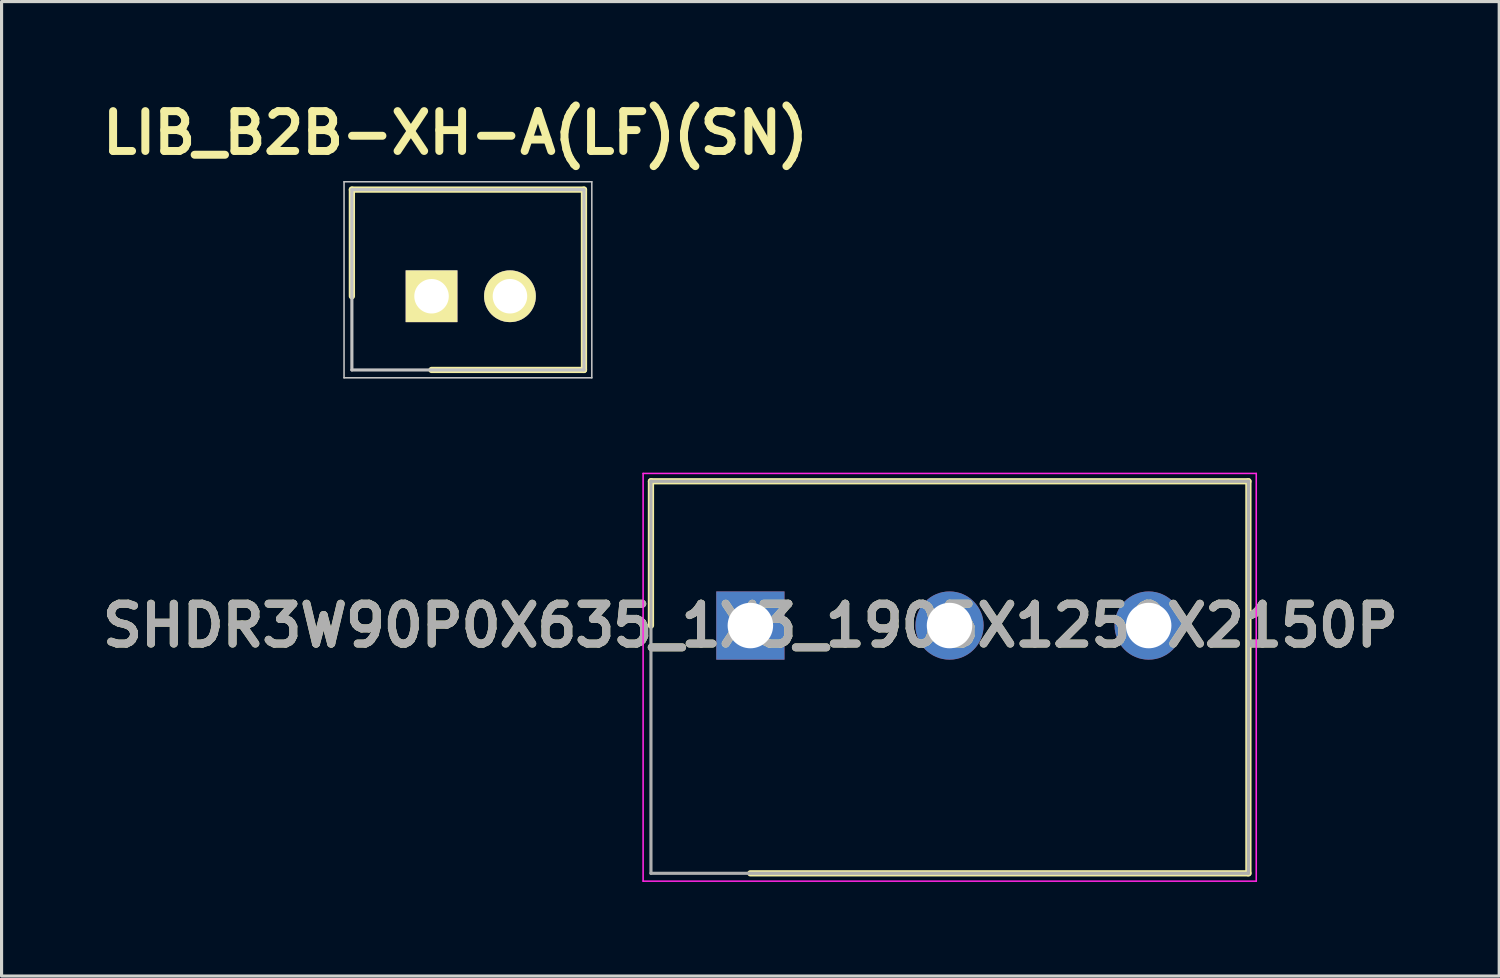
<source format=kicad_pcb>
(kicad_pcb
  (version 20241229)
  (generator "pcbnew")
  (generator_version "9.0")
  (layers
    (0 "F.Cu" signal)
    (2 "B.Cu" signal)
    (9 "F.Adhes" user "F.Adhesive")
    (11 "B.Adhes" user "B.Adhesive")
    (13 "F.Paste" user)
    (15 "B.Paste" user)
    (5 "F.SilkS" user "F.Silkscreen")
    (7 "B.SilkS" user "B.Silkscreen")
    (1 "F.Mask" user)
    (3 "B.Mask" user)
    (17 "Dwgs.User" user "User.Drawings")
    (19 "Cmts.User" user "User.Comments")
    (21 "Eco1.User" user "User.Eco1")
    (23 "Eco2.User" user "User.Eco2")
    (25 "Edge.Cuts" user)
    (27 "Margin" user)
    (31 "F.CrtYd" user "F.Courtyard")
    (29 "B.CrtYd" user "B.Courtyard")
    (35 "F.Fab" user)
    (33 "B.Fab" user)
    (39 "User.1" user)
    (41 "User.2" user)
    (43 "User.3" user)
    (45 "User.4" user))
  (footprint "SHDR3W90P0X635_1X3_1905X1250X2150P"
    (layer "F.Cu")
    (at 20.876 16.896)
    (property "Reference" "SHDR3W90P0X635_1X3_1905X1250X2150P" (at 0 0 0) (layer "F.SilkS") (effects (font (size 1.27 1.27) (thickness 0.254))))
    (attr through_hole)
    (fp_line (start -3.17 -4.6) (end -3.17 0) (stroke (width 0.2) (type solid)) (layer "F.SilkS"))
    (fp_line (start 0 7.9) (end 15.88 7.9) (stroke (width 0.2) (type solid)) (layer "F.SilkS"))
    (fp_line (start 15.88 -4.6) (end -3.17 -4.6) (stroke (width 0.2) (type solid)) (layer "F.SilkS"))
    (fp_line (start 15.88 7.9) (end 15.88 -4.6) (stroke (width 0.2) (type solid)) (layer "F.SilkS"))
    (fp_line (start -3.42 -4.85) (end 16.13 -4.85) (stroke (width 0.05) (type solid)) (layer "F.CrtYd"))
    (fp_line (start -3.42 8.15) (end -3.42 -4.85) (stroke (width 0.05) (type solid)) (layer "F.CrtYd"))
    (fp_line (start 16.13 -4.85) (end 16.13 8.15) (stroke (width 0.05) (type solid)) (layer "F.CrtYd"))
    (fp_line (start 16.13 8.15) (end -3.42 8.15) (stroke (width 0.05) (type solid)) (layer "F.CrtYd"))
    (fp_line (start -3.17 -4.6) (end 15.88 -4.6) (stroke (width 0.1) (type solid)) (layer "F.Fab"))
    (fp_line (start -3.17 7.9) (end -3.17 -4.6) (stroke (width 0.1) (type solid)) (layer "F.Fab"))
    (fp_line (start 15.88 -4.6) (end 15.88 7.9) (stroke (width 0.1) (type solid)) (layer "F.Fab"))
    (fp_line (start 15.88 7.9) (end -3.17 7.9) (stroke (width 0.1) (type solid)) (layer "F.Fab"))
    (fp_text user "${REFERENCE}" (at 0 0 0) (layer "F.Fab") (effects (font (size 1.27 1.27) (thickness 0.254))))
    (pad "1" thru_hole rect (at 0 0) (size 2.175 2.175) (drill 1.45) (layers "*.Cu" "*.Mask"))
    (pad "2" thru_hole circle (at 6.35 0) (size 2.175 2.175) (drill 1.45) (layers "*.Cu" "*.Mask"))
    (pad "3" thru_hole circle (at 12.7 0) (size 2.175 2.175) (drill 1.45) (layers "*.Cu" "*.Mask")))
  (footprint "LIB_B2B-XH-A(LF)(SN)"
    (layer "F.Cu")
    (at 10.71 6.396)
    (property "Reference" "LIB_B2B-XH-A(LF)(SN)" (at 0.762 -5.207 0) (layer "F.SilkS") (effects (font (size 1.27 1.27) (thickness 0.254))))
    (attr through_hole)
    (fp_line (start -2.54 -3.4) (end -2.54 0) (stroke (width 0.2) (type solid)) (layer "F.SilkS"))
    (fp_line (start 0 2.35) (end 4.86 2.35) (stroke (width 0.2) (type solid)) (layer "F.SilkS"))
    (fp_line (start 4.86 -3.4) (end -2.54 -3.4) (stroke (width 0.2) (type solid)) (layer "F.SilkS"))
    (fp_line (start 4.86 2.35) (end 4.86 -3.4) (stroke (width 0.2) (type solid)) (layer "F.SilkS"))
    (fp_line (start -2.79 -3.65) (end 5.11 -3.65) (stroke (width 0.05) (type solid)) (layer "Dwgs.User"))
    (fp_line (start -2.79 2.6) (end -2.79 -3.65) (stroke (width 0.05) (type solid)) (layer "Dwgs.User"))
    (fp_line (start -2.54 -3.4) (end 4.86 -3.4) (stroke (width 0.1) (type solid)) (layer "Dwgs.User"))
    (fp_line (start -2.54 2.35) (end -2.54 -3.4) (stroke (width 0.1) (type solid)) (layer "Dwgs.User"))
    (fp_line (start 4.86 -3.4) (end 4.86 2.35) (stroke (width 0.1) (type solid)) (layer "Dwgs.User"))
    (fp_line (start 4.86 2.35) (end -2.54 2.35) (stroke (width 0.1) (type solid)) (layer "Dwgs.User"))
    (fp_line (start 5.11 -3.65) (end 5.11 2.6) (stroke (width 0.05) (type solid)) (layer "Dwgs.User"))
    (fp_line (start 5.11 2.6) (end -2.79 2.6) (stroke (width 0.05) (type solid)) (layer "Dwgs.User"))
    (pad "1" thru_hole rect (at 0 0 90) (size 1.65 1.65) (drill 1.1) (layers "*.Cu" "*.Mask" "F.SilkS"))
    (pad "2" thru_hole circle (at 2.5 0 90) (size 1.65 1.65) (drill 1.1) (layers "*.Cu" "*.Mask" "F.SilkS")))
  (gr_rect
    (start -3 -3)
    (end 44.753 28.071)
    (stroke (width 0.1) (type default))
    (fill no)
    (layer "Edge.Cuts")))
</source>
